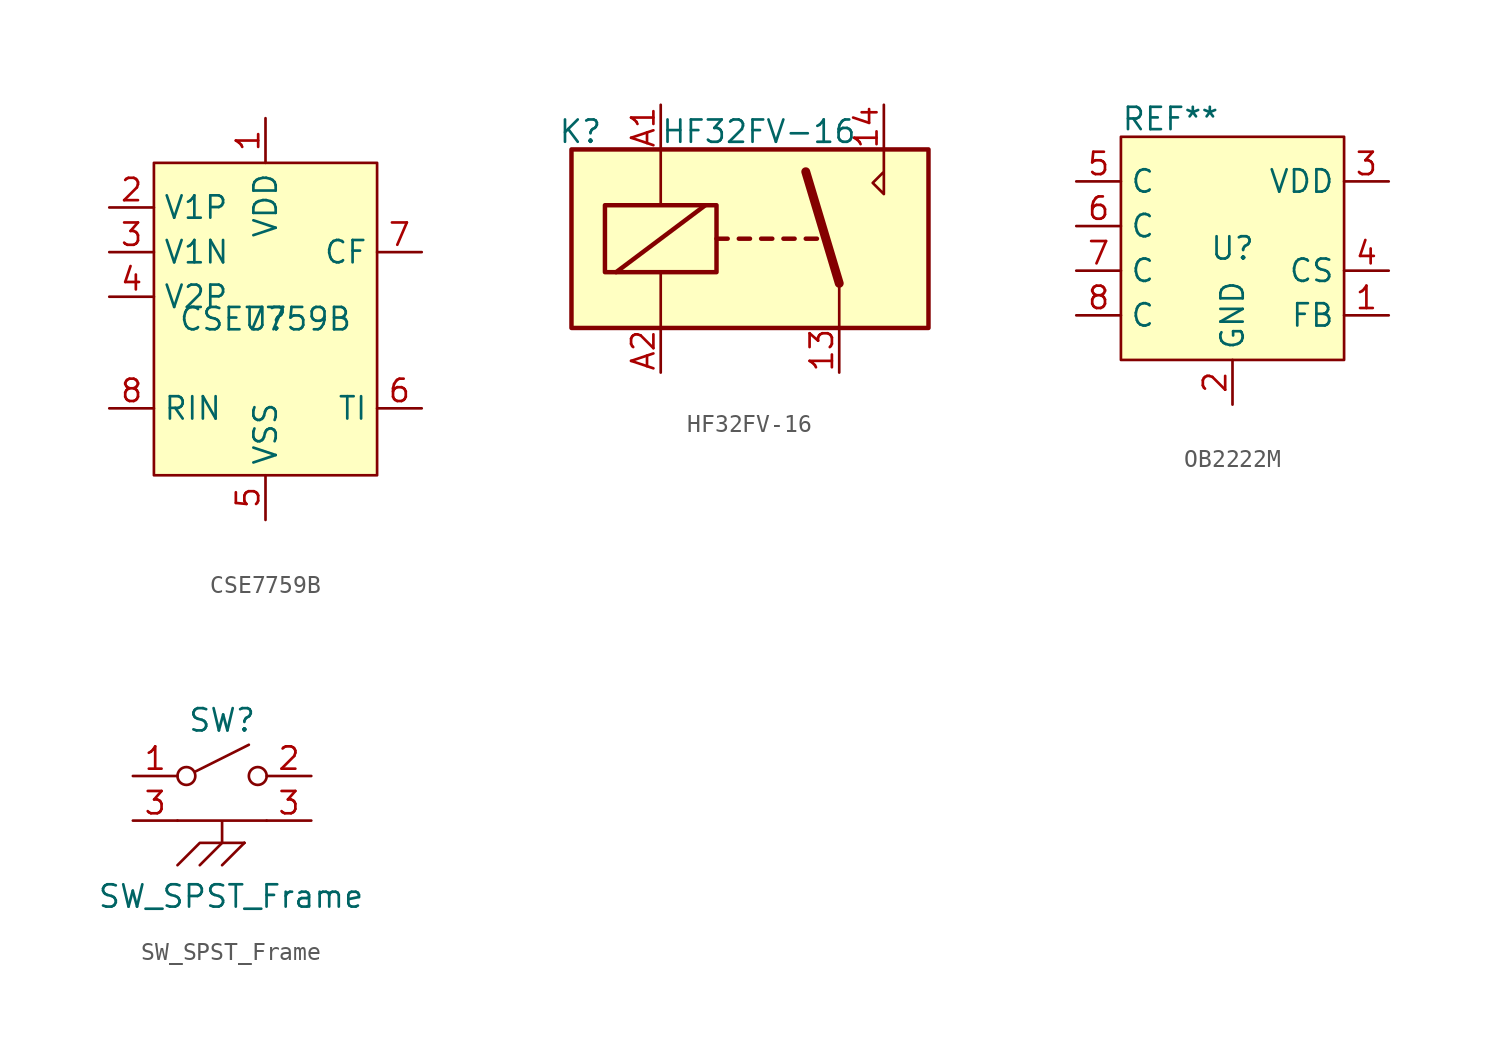
<source format=kicad_sym>
(kicad_symbol_lib
  (version 20241209)
  (generator "kicad_symbol_editor")
  (generator_version "9.0")
  (symbol "CSE7759B"
    (property "Reference" "U"
      (at 0 0 0)
      (effects (font (size 1.27 1.27))))
    (property "Value" "CSE7759B"
      (at 0 0 0)
      (effects (font (size 1.27 1.27))))
    (symbol "CSE7759B_1_1"
      (rectangle (start -6.35 8.89) (end 6.35 -8.89) (stroke (width 0) (type solid)) (fill (type background)))
      (pin passive line (at -8.89 6.35 0) (length 2.54) (name "V1P" (effects (font (size 1.27 1.27)))) (number "2" (effects (font (size 1.27 1.27)))))
      (pin passive line (at -8.89 3.81 0) (length 2.54) (name "V1N" (effects (font (size 1.27 1.27)))) (number "3" (effects (font (size 1.27 1.27)))))
      (pin passive line (at -8.89 1.27 0) (length 2.54) (name "V2P" (effects (font (size 1.27 1.27)))) (number "4" (effects (font (size 1.27 1.27)))))
      (pin input line (at -8.89 -5.08 0) (length 2.54) (name "RIN" (effects (font (size 1.27 1.27)))) (number "8" (effects (font (size 1.27 1.27)))))
      (pin power_in line (at 0 11.43 270) (length 2.54) (name "VDD" (effects (font (size 1.27 1.27)))) (number "1" (effects (font (size 1.27 1.27)))))
      (pin power_in line (at 0 -11.43 90) (length 2.54) (name "VSS" (effects (font (size 1.27 1.27)))) (number "5" (effects (font (size 1.27 1.27)))))
      (pin output line (at 8.89 3.81 180) (length 2.54) (name "CF" (effects (font (size 1.27 1.27)))) (number "7" (effects (font (size 1.27 1.27)))))
      (pin output line (at 8.89 -5.08 180) (length 2.54) (name "TI" (effects (font (size 1.27 1.27)))) (number "6" (effects (font (size 1.27 1.27)))))))
  (symbol "HF32FV-16"
    (property "Reference" "K"
      (at -9.652 6.096 0)
      (effects (font (size 1.27 1.27))))
    (property "Value" "HF32FV-16"
      (at 0.508 6.096 0)
      (effects (font (size 1.27 1.27))))
    (symbol "HF32FV-16_0_0"
      (polyline (pts (xy 7.62 5.08) (xy 7.62 2.54) (xy 6.985 3.175) (xy 7.62 3.81)) (stroke (width 0) (type default)) (fill (type none))))
    (symbol "HF32FV-16_0_1"
      (rectangle (start -10.16 5.08) (end 10.16 -5.08) (stroke (width 0.254) (type default)) (fill (type background)))
      (rectangle (start -8.255 1.905) (end -1.905 -1.905) (stroke (width 0.254) (type default)) (fill (type none)))
      (polyline (pts (xy -7.62 -1.905) (xy -2.54 1.905)) (stroke (width 0.254) (type default)) (fill (type none)))
      (polyline (pts (xy -5.08 5.08) (xy -5.08 1.905)) (stroke (width 0) (type default)) (fill (type none)))
      (polyline (pts (xy -5.08 -5.08) (xy -5.08 -1.905)) (stroke (width 0) (type default)) (fill (type none)))
      (polyline (pts (xy -1.905 0) (xy -1.27 0)) (stroke (width 0.254) (type default)) (fill (type none)))
      (polyline (pts (xy -0.635 0) (xy 0 0)) (stroke (width 0.254) (type default)) (fill (type none)))
      (polyline (pts (xy 0.635 0) (xy 1.27 0)) (stroke (width 0.254) (type default)) (fill (type none)))
      (polyline (pts (xy 1.905 0) (xy 2.54 0)) (stroke (width 0.254) (type default)) (fill (type none)))
      (polyline (pts (xy 3.175 0) (xy 3.81 0)) (stroke (width 0.254) (type default)) (fill (type none)))
      (polyline (pts (xy 5.08 -2.54) (xy 3.175 3.81)) (stroke (width 0.508) (type default)) (fill (type none)))
      (polyline (pts (xy 5.08 -2.54) (xy 5.08 -5.08)) (stroke (width 0) (type default)) (fill (type none))))
    (symbol "HF32FV-16_1_1"
      (pin passive line (at -5.08 7.62 270) (length 2.54) (name "~" (effects (font (size 1.27 1.27)))) (number "A1" (effects (font (size 1.27 1.27)))))
      (pin passive line (at -5.08 -7.62 90) (length 2.54) (name "~" (effects (font (size 1.27 1.27)))) (number "A2" (effects (font (size 1.27 1.27)))))
      (pin passive line (at 5.08 -7.62 90) (length 2.54) (name "~" (effects (font (size 1.27 1.27)))) (number "13" (effects (font (size 1.27 1.27)))))
      (pin passive line (at 7.62 7.62 270) (length 2.54) (name "~" (effects (font (size 1.27 1.27)))) (number "14" (effects (font (size 1.27 1.27)))))))
  (symbol "OB2222M"
    (property "Reference" "U"
      (at 0 0 0)
      (effects (font (size 1.27 1.27))))
    (property "Value" "REF**"
      (at -6.35 7.366 0)
      (effects (font (size 1.27 1.27)) (justify left)))
    (symbol "OB2222M_1_1"
      (rectangle (start -6.35 6.35) (end 6.35 -6.35) (stroke (width 0) (type solid)) (fill (type background)))
      (pin passive line (at -8.89 3.81 0) (length 2.54) (name "C" (effects (font (size 1.27 1.27)))) (number "5" (effects (font (size 1.27 1.27)))))
      (pin passive line (at -8.89 1.27 0) (length 2.54) (name "C" (effects (font (size 1.27 1.27)))) (number "6" (effects (font (size 1.27 1.27)))))
      (pin passive line (at -8.89 -1.27 0) (length 2.54) (name "C" (effects (font (size 1.27 1.27)))) (number "7" (effects (font (size 1.27 1.27)))))
      (pin passive line (at -8.89 -3.81 0) (length 2.54) (name "C" (effects (font (size 1.27 1.27)))) (number "8" (effects (font (size 1.27 1.27)))))
      (pin passive line (at 0 -8.89 90) (length 2.54) (name "GND" (effects (font (size 1.27 1.27)))) (number "2" (effects (font (size 1.27 1.27)))))
      (pin passive line (at 8.89 3.81 180) (length 2.54) (name "VDD" (effects (font (size 1.27 1.27)))) (number "3" (effects (font (size 1.27 1.27)))))
      (pin passive line (at 8.89 -1.27 180) (length 2.54) (name "CS" (effects (font (size 1.27 1.27)))) (number "4" (effects (font (size 1.27 1.27)))))
      (pin passive line (at 8.89 -3.81 180) (length 2.54) (name "FB" (effects (font (size 1.27 1.27)))) (number "1" (effects (font (size 1.27 1.27)))))))
  (symbol "SW_SPST_Frame"
    (pin_names
      (offset 0)
      (hide yes))
    (property "Reference" "SW"
      (at 0 3.175 0)
      (effects (font (size 1.27 1.27))))
    (property "Value" "SW_SPST_Frame"
      (at 0.508 -6.858 0)
      (effects (font (size 1.27 1.27))))
    (symbol "SW_SPST_Frame_0_0"
      (circle (center -2.032 0) (radius 0.508) (stroke (width 0) (type default)) (fill (type none)))
      (polyline (pts (xy -1.524 0.254) (xy 1.524 1.778)) (stroke (width 0) (type default)) (fill (type none)))
      (circle (center 2.032 0) (radius 0.508) (stroke (width 0) (type default)) (fill (type none))))
    (symbol "SW_SPST_Frame_0_1"
      (polyline (pts (xy -2.54 -2.54) (xy 2.54 -2.54) (xy 0 -2.54) (xy 0 -3.81) (xy -1.27 -3.81) (xy 1.27 -3.81) (xy -1.27 -3.81) (xy -2.54 -5.08)) (stroke (width 0) (type default)) (fill (type none)))
      (polyline (pts (xy 0 -3.81) (xy -1.27 -5.08)) (stroke (width 0) (type default)) (fill (type none)))
      (polyline (pts (xy 1.27 -3.81) (xy 0 -5.08)) (stroke (width 0) (type default)) (fill (type none)))
      (polyline (pts (xy 1.27 -3.81) (xy 1.27 -3.81)) (stroke (width 0) (type default)) (fill (type none))))
    (symbol "SW_SPST_Frame_1_1"
      (pin passive line (at -5.08 0 0) (length 2.54) (name "A" (effects (font (size 1.27 1.27)))) (number "1" (effects (font (size 1.27 1.27)))))
      (pin passive line (at -5.08 -2.54 0) (length 2.54) (name "" (effects (font (size 1.27 1.27)))) (number "3" (effects (font (size 1.27 1.27)))))
      (pin passive line (at 5.08 0 180) (length 2.54) (name "B" (effects (font (size 1.27 1.27)))) (number "2" (effects (font (size 1.27 1.27)))))
      (pin passive line (at 5.08 -2.54 180) (length 2.54) (name "" (effects (font (size 1.27 1.27)))) (number "3" (effects (font (size 1.27 1.27))))))))
</source>
